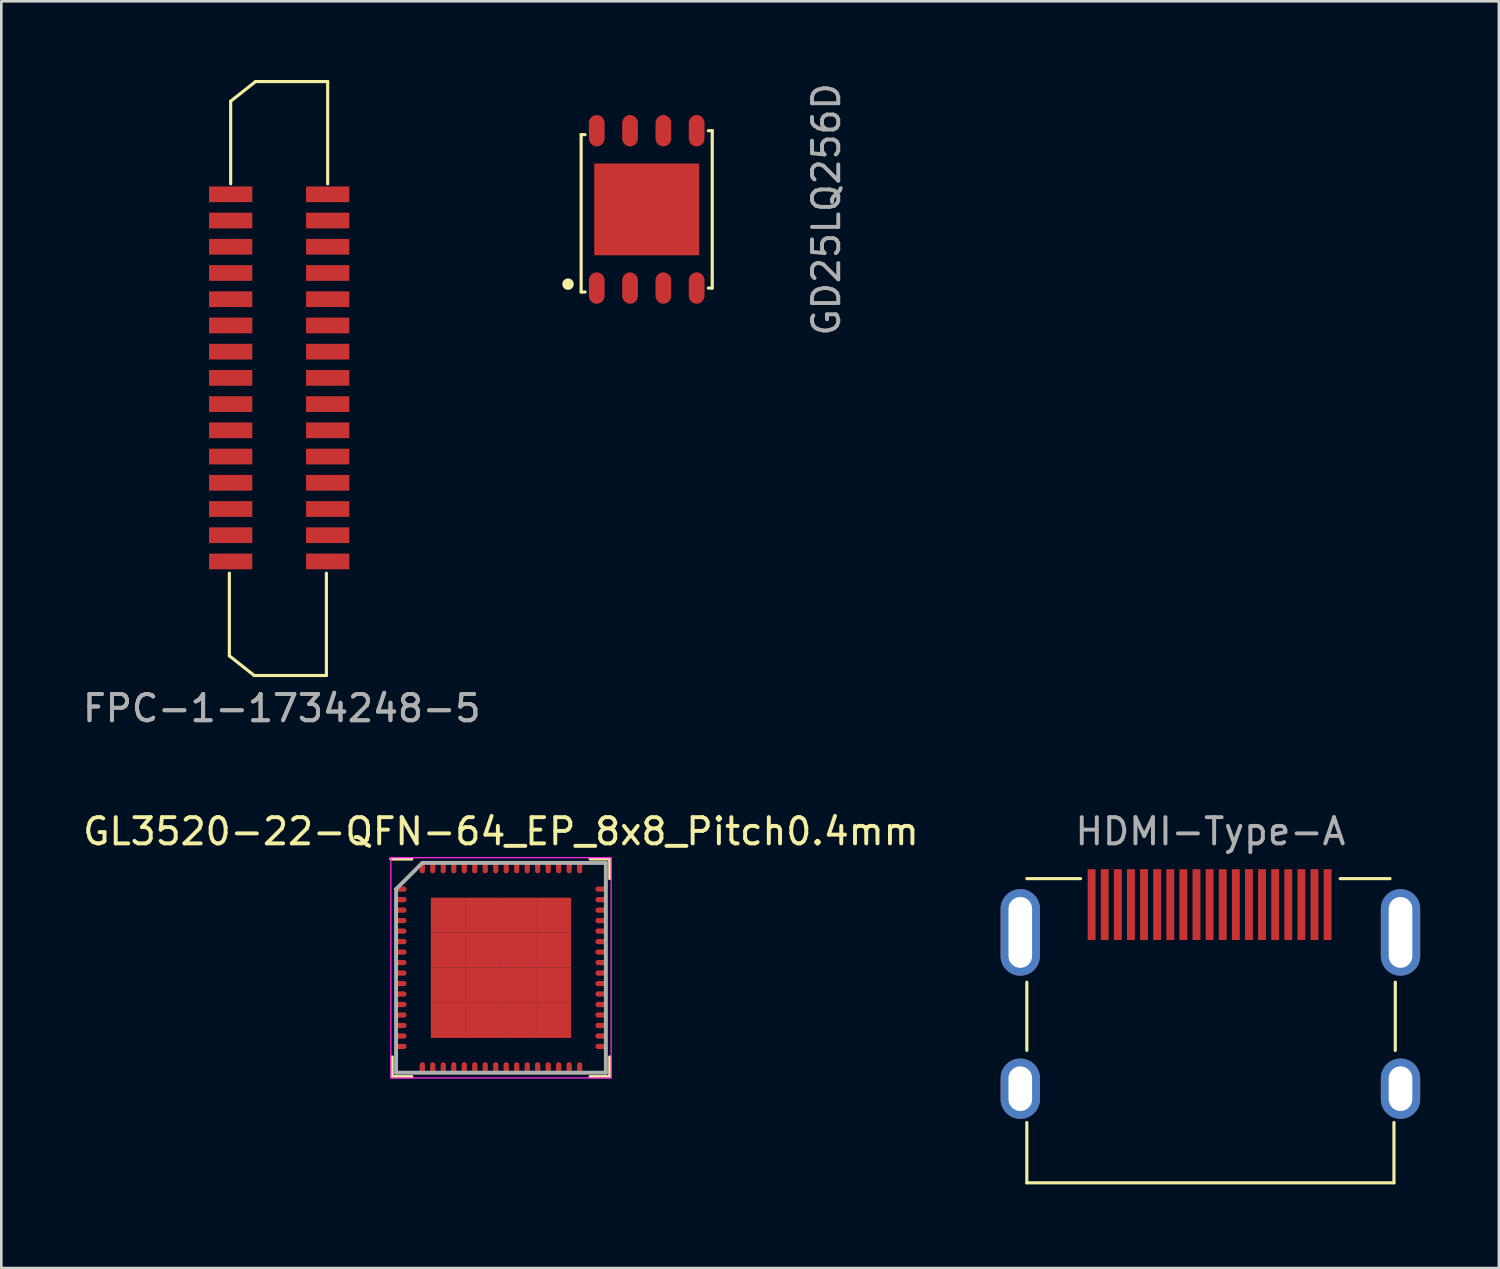
<source format=kicad_pcb>
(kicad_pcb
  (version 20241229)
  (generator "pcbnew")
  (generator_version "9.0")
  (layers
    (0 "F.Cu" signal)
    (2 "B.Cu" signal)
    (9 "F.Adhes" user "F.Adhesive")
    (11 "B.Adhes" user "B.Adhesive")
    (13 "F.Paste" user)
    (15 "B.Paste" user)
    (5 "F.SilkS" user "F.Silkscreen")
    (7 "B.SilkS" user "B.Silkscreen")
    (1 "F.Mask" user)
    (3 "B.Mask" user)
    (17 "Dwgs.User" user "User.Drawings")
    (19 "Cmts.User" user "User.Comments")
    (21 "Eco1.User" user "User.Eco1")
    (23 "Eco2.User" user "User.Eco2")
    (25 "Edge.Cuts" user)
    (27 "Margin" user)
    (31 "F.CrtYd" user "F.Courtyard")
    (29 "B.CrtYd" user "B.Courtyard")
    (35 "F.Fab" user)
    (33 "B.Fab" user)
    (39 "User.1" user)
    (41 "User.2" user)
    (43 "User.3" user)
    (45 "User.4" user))
  (footprint "GL3520-22-QFN-64_EP_8x8_Pitch0.4mm"
    (layer "F.Cu")
    (at 16.054 33.856)
    (property "Reference" "GL3520-22-QFN-64_EP_8x8_Pitch0.4mm" (at 0 -5.2 0) (layer "F.SilkS") (effects (font (size 1 1) (thickness 0.15))))
    (attr through_hole)
    (fp_line (start -4.15 4.15) (end -4.15 3.4) (stroke (width 0.12) (type solid)) (layer "F.SilkS"))
    (fp_line (start -3.4 -4.15) (end -4.2 -4.15) (stroke (width 0.12) (type solid)) (layer "F.SilkS"))
    (fp_line (start -3.4 4.15) (end -4.15 4.15) (stroke (width 0.12) (type solid)) (layer "F.SilkS"))
    (fp_line (start 3.4 -4.15) (end 4.15 -4.15) (stroke (width 0.12) (type solid)) (layer "F.SilkS"))
    (fp_line (start 3.4 4.15) (end 4.15 4.15) (stroke (width 0.12) (type solid)) (layer "F.SilkS"))
    (fp_line (start 4.15 -4.15) (end 4.15 -3.4) (stroke (width 0.12) (type solid)) (layer "F.SilkS"))
    (fp_line (start 4.15 4.15) (end 4.15 3.4) (stroke (width 0.12) (type solid)) (layer "F.SilkS"))
    (fp_line (start -4.2 -4.2) (end 4.2 -4.2) (stroke (width 0.05) (type solid)) (layer "F.CrtYd"))
    (fp_line (start -4.2 4.2) (end -4.2 -4.2) (stroke (width 0.05) (type solid)) (layer "F.CrtYd"))
    (fp_line (start 4.2 -4.2) (end 4.2 4.2) (stroke (width 0.05) (type solid)) (layer "F.CrtYd"))
    (fp_line (start 4.2 4.2) (end -4.2 4.2) (stroke (width 0.05) (type solid)) (layer "F.CrtYd"))
    (fp_line (start -4 -3) (end -4 4) (stroke (width 0.15) (type solid)) (layer "F.Fab"))
    (fp_line (start -4 4) (end 4 4) (stroke (width 0.15) (type solid)) (layer "F.Fab"))
    (fp_line (start -3 -4) (end -4 -3) (stroke (width 0.15) (type solid)) (layer "F.Fab"))
    (fp_line (start 4 -4) (end -3 -4) (stroke (width 0.15) (type solid)) (layer "F.Fab"))
    (fp_line (start 4 4) (end 4 -4) (stroke (width 0.15) (type solid)) (layer "F.Fab"))
    (pad "1" smd oval (at -3.8 -3 90) (size 0.2 0.4) (layers "F.Cu" "F.Mask" "F.Paste"))
    (pad "2" smd oval (at -3.8 -2.6 90) (size 0.2 0.4) (layers "F.Cu" "F.Mask" "F.Paste"))
    (pad "3" smd oval (at -3.8 -2.2 90) (size 0.2 0.4) (layers "F.Cu" "F.Mask" "F.Paste"))
    (pad "4" smd oval (at -3.8 -1.8 90) (size 0.2 0.4) (layers "F.Cu" "F.Mask" "F.Paste"))
    (pad "5" smd oval (at -3.8 -1.4 90) (size 0.2 0.4) (layers "F.Cu" "F.Mask" "F.Paste"))
    (pad "6" smd oval (at -3.8 -1 90) (size 0.2 0.4) (layers "F.Cu" "F.Mask" "F.Paste"))
    (pad "7" smd oval (at -3.8 -0.6 90) (size 0.2 0.4) (layers "F.Cu" "F.Mask" "F.Paste"))
    (pad "8" smd oval (at -3.8 -0.2 90) (size 0.2 0.4) (layers "F.Cu" "F.Mask" "F.Paste"))
    (pad "9" smd oval (at -3.8 0.2 90) (size 0.2 0.4) (layers "F.Cu" "F.Mask" "F.Paste"))
    (pad "10" smd oval (at -3.8 0.6 90) (size 0.2 0.4) (layers "F.Cu" "F.Mask" "F.Paste"))
    (pad "11" smd oval (at -3.8 1 90) (size 0.2 0.4) (layers "F.Cu" "F.Mask" "F.Paste"))
    (pad "12" smd oval (at -3.8 1.4 90) (size 0.2 0.4) (layers "F.Cu" "F.Mask" "F.Paste"))
    (pad "13" smd oval (at -3.8 1.8 90) (size 0.2 0.4) (layers "F.Cu" "F.Mask" "F.Paste"))
    (pad "14" smd oval (at -3.8 2.2 90) (size 0.2 0.4) (layers "F.Cu" "F.Mask" "F.Paste"))
    (pad "15" smd oval (at -3.8 2.6 90) (size 0.2 0.4) (layers "F.Cu" "F.Mask" "F.Paste"))
    (pad "16" smd oval (at -3.8 3 90) (size 0.2 0.4) (layers "F.Cu" "F.Mask" "F.Paste"))
    (pad "17" smd oval (at -3 3.8) (size 0.2 0.4) (layers "F.Cu" "F.Mask" "F.Paste"))
    (pad "18" smd oval (at -2.6 3.8) (size 0.2 0.4) (layers "F.Cu" "F.Mask" "F.Paste"))
    (pad "19" smd oval (at -2.2 3.8) (size 0.2 0.4) (layers "F.Cu" "F.Mask" "F.Paste"))
    (pad "20" smd oval (at -1.8 3.8) (size 0.2 0.4) (layers "F.Cu" "F.Mask" "F.Paste"))
    (pad "21" smd oval (at -1.4 3.8) (size 0.2 0.4) (layers "F.Cu" "F.Mask" "F.Paste"))
    (pad "22" smd oval (at -1 3.8) (size 0.2 0.4) (layers "F.Cu" "F.Mask" "F.Paste"))
    (pad "23" smd oval (at -0.6 3.8) (size 0.2 0.4) (layers "F.Cu" "F.Mask" "F.Paste"))
    (pad "24" smd oval (at -0.2 3.8) (size 0.2 0.4) (layers "F.Cu" "F.Mask" "F.Paste"))
    (pad "25" smd oval (at 0.2 3.8) (size 0.2 0.4) (layers "F.Cu" "F.Mask" "F.Paste"))
    (pad "26" smd oval (at 0.6 3.8) (size 0.2 0.4) (layers "F.Cu" "F.Mask" "F.Paste"))
    (pad "27" smd oval (at 1 3.8) (size 0.2 0.4) (layers "F.Cu" "F.Mask" "F.Paste"))
    (pad "28" smd oval (at 1.4 3.8) (size 0.2 0.4) (layers "F.Cu" "F.Mask" "F.Paste"))
    (pad "29" smd oval (at 1.8 3.8) (size 0.2 0.4) (layers "F.Cu" "F.Mask" "F.Paste"))
    (pad "30" smd oval (at 2.2 3.8) (size 0.2 0.4) (layers "F.Cu" "F.Mask" "F.Paste"))
    (pad "31" smd oval (at 2.6 3.8) (size 0.2 0.4) (layers "F.Cu" "F.Mask" "F.Paste"))
    (pad "32" smd oval (at 3 3.8) (size 0.2 0.4) (layers "F.Cu" "F.Mask" "F.Paste"))
    (pad "33" smd oval (at 3.8 3 90) (size 0.2 0.4) (layers "F.Cu" "F.Mask" "F.Paste"))
    (pad "34" smd oval (at 3.8 2.6 90) (size 0.2 0.4) (layers "F.Cu" "F.Mask" "F.Paste"))
    (pad "35" smd oval (at 3.8 2.2 90) (size 0.2 0.4) (layers "F.Cu" "F.Mask" "F.Paste"))
    (pad "36" smd oval (at 3.8 1.8 90) (size 0.2 0.4) (layers "F.Cu" "F.Mask" "F.Paste"))
    (pad "37" smd oval (at 3.8 1.4 90) (size 0.2 0.4) (layers "F.Cu" "F.Mask" "F.Paste"))
    (pad "38" smd oval (at 3.8 1 90) (size 0.2 0.4) (layers "F.Cu" "F.Mask" "F.Paste"))
    (pad "39" smd oval (at 3.8 0.6 90) (size 0.2 0.4) (layers "F.Cu" "F.Mask" "F.Paste"))
    (pad "40" smd oval (at 3.8 0.2 90) (size 0.2 0.4) (layers "F.Cu" "F.Mask" "F.Paste"))
    (pad "41" smd oval (at 3.8 -0.2 90) (size 0.2 0.4) (layers "F.Cu" "F.Mask" "F.Paste"))
    (pad "42" smd oval (at 3.8 -0.6 90) (size 0.2 0.4) (layers "F.Cu" "F.Mask" "F.Paste"))
    (pad "43" smd oval (at 3.8 -1 90) (size 0.2 0.4) (layers "F.Cu" "F.Mask" "F.Paste"))
    (pad "44" smd oval (at 3.8 -1.4 90) (size 0.2 0.4) (layers "F.Cu" "F.Mask" "F.Paste"))
    (pad "45" smd oval (at 3.8 -1.8 90) (size 0.2 0.4) (layers "F.Cu" "F.Mask" "F.Paste"))
    (pad "46" smd oval (at 3.8 -2.2 90) (size 0.2 0.4) (layers "F.Cu" "F.Mask" "F.Paste"))
    (pad "47" smd oval (at 3.8 -2.6 90) (size 0.2 0.4) (layers "F.Cu" "F.Mask" "F.Paste"))
    (pad "48" smd oval (at 3.8 -3 90) (size 0.2 0.4) (layers "F.Cu" "F.Mask" "F.Paste"))
    (pad "49" smd oval (at 3 -3.8) (size 0.2 0.4) (layers "F.Cu" "F.Mask" "F.Paste"))
    (pad "50" smd oval (at 2.6 -3.8) (size 0.2 0.4) (layers "F.Cu" "F.Mask" "F.Paste"))
    (pad "51" smd oval (at 2.2 -3.8) (size 0.2 0.4) (layers "F.Cu" "F.Mask" "F.Paste"))
    (pad "52" smd oval (at 1.8 -3.8) (size 0.2 0.4) (layers "F.Cu" "F.Mask" "F.Paste"))
    (pad "53" smd oval (at 1.4 -3.8) (size 0.2 0.4) (layers "F.Cu" "F.Mask" "F.Paste"))
    (pad "54" smd oval (at 1 -3.8) (size 0.2 0.4) (layers "F.Cu" "F.Mask" "F.Paste"))
    (pad "55" smd oval (at 0.6 -3.8) (size 0.2 0.4) (layers "F.Cu" "F.Mask" "F.Paste"))
    (pad "56" smd oval (at 0.2 -3.8) (size 0.2 0.4) (layers "F.Cu" "F.Mask" "F.Paste"))
    (pad "57" smd oval (at -0.2 -3.8) (size 0.2 0.4) (layers "F.Cu" "F.Mask" "F.Paste"))
    (pad "58" smd oval (at -0.6 -3.8) (size 0.2 0.4) (layers "F.Cu" "F.Mask" "F.Paste"))
    (pad "59" smd oval (at -1 -3.8) (size 0.2 0.4) (layers "F.Cu" "F.Mask" "F.Paste"))
    (pad "60" smd oval (at -1.4 -3.8) (size 0.2 0.4) (layers "F.Cu" "F.Mask" "F.Paste"))
    (pad "61" smd oval (at -1.8 -3.8) (size 0.2 0.4) (layers "F.Cu" "F.Mask" "F.Paste"))
    (pad "62" smd oval (at -2.2 -3.8) (size 0.2 0.4) (layers "F.Cu" "F.Mask" "F.Paste"))
    (pad "63" smd oval (at -2.6 -3.8) (size 0.2 0.4) (layers "F.Cu" "F.Mask" "F.Paste"))
    (pad "64" smd oval (at -3 -3.8) (size 0.2 0.4) (layers "F.Cu" "F.Mask" "F.Paste"))
    (pad "65" smd rect (at -2.006 -2.006) (size 1.337 1.337) (layers "F.Cu" "F.Mask" "F.Paste"))
    (pad "65" smd rect (at -2.006 -0.669) (size 1.337 1.337) (layers "F.Cu" "F.Mask" "F.Paste"))
    (pad "65" smd rect (at -2.006 0.669) (size 1.337 1.337) (layers "F.Cu" "F.Mask" "F.Paste"))
    (pad "65" smd rect (at -2.006 2.006) (size 1.337 1.337) (layers "F.Cu" "F.Mask" "F.Paste"))
    (pad "65" smd rect (at -0.669 -2.006) (size 1.337 1.337) (layers "F.Cu" "F.Mask" "F.Paste"))
    (pad "65" smd rect (at -0.669 -0.669) (size 1.337 1.337) (layers "F.Cu" "F.Mask" "F.Paste"))
    (pad "65" smd rect (at -0.669 0.669) (size 1.337 1.337) (layers "F.Cu" "F.Mask" "F.Paste"))
    (pad "65" smd rect (at -0.669 2.006) (size 1.337 1.337) (layers "F.Cu" "F.Mask" "F.Paste"))
    (pad "65" smd rect (at 0.669 -2.006) (size 1.337 1.337) (layers "F.Cu" "F.Mask" "F.Paste"))
    (pad "65" smd rect (at 0.669 -0.669) (size 1.337 1.337) (layers "F.Cu" "F.Mask" "F.Paste"))
    (pad "65" smd rect (at 0.669 0.669) (size 1.337 1.337) (layers "F.Cu" "F.Mask" "F.Paste"))
    (pad "65" smd rect (at 0.669 2.006) (size 1.337 1.337) (layers "F.Cu" "F.Mask" "F.Paste"))
    (pad "65" smd rect (at 2.006 -2.006) (size 1.337 1.337) (layers "F.Cu" "F.Mask" "F.Paste"))
    (pad "65" smd rect (at 2.006 -0.669) (size 1.337 1.337) (layers "F.Cu" "F.Mask" "F.Paste"))
    (pad "65" smd rect (at 2.006 0.669) (size 1.337 1.337) (layers "F.Cu" "F.Mask" "F.Paste"))
    (pad "65" smd rect (at 2.006 2.006) (size 1.337 1.337) (layers "F.Cu" "F.Mask" "F.Paste")))
  (footprint "GD25LQ256D"
    (layer "F.Cu")
    (at 21.611 4.935)
    (property "Reference" "GD25LQ256D" (at 3.85 0 90) (unlocked yes) (layer "User.1") (effects (font (size 1 1) (thickness 0.15))))
    (fp_line (start -2.5 -2.85) (end -2.35 -2.85) (stroke (width 0.12) (type solid)) (layer "F.SilkS"))
    (fp_line (start -2.5 3.15) (end -2.5 -2.85) (stroke (width 0.12) (type solid)) (layer "F.SilkS"))
    (fp_line (start -2.5 3.15) (end -2.35 3.15) (stroke (width 0.12) (type solid)) (layer "F.SilkS"))
    (fp_line (start 2.5 -3) (end 2.35 -3) (stroke (width 0.12) (type solid)) (layer "F.SilkS"))
    (fp_line (start 2.5 3) (end 2.35 3) (stroke (width 0.12) (type solid)) (layer "F.SilkS"))
    (fp_line (start 2.5 3) (end 2.5 -3) (stroke (width 0.12) (type solid)) (layer "F.SilkS"))
    (fp_circle (center -3 2.85) (end -2.842 2.85) (stroke (width 0.12) (type solid)) (fill yes) (layer "F.SilkS"))
    (fp_text user "${REFERENCE}" (at 6.85 0 90) (unlocked yes) (layer "F.Fab") (effects (font (size 1 1) (thickness 0.15))))
    (pad "1" smd roundrect (at -1.905 3) (size 0.6 1.2) (layers "F.Cu" "F.Mask" "F.Paste") (roundrect_rratio 0.5))
    (pad "2" smd roundrect (at -0.635 3) (size 0.6 1.2) (layers "F.Cu" "F.Mask" "F.Paste") (roundrect_rratio 0.5))
    (pad "3" smd roundrect (at 0.635 3) (size 0.6 1.2) (layers "F.Cu" "F.Mask" "F.Paste") (roundrect_rratio 0.5))
    (pad "4" smd roundrect (at 1.905 3) (size 0.6 1.2) (layers "F.Cu" "F.Mask" "F.Paste") (roundrect_rratio 0.5))
    (pad "5" smd roundrect (at 1.905 -3) (size 0.6 1.2) (layers "F.Cu" "F.Mask" "F.Paste") (roundrect_rratio 0.5))
    (pad "6" smd roundrect (at 0.635 -3) (size 0.6 1.2) (layers "F.Cu" "F.Mask" "F.Paste") (roundrect_rratio 0.5))
    (pad "7" smd roundrect (at -0.635 -3) (size 0.6 1.2) (layers "F.Cu" "F.Mask" "F.Paste") (roundrect_rratio 0.5))
    (pad "8" smd roundrect (at -1.905 -3) (size 0.6 1.2) (layers "F.Cu" "F.Mask" "F.Paste") (roundrect_rratio 0.5))
    (pad "9" smd rect (at 0 0 90) (size 3.5 4) (layers "F.Cu" "F.Mask" "F.Paste")))
  (footprint "FPC-1-1734248-5"
    (layer "F.Cu")
    (at 7.596 11.36)
    (property "Reference" "FPC-1-1734248-5" (at 0.1 12.6 0) (unlocked yes) (layer "User.1") (effects (font (size 1 1) (thickness 0.15))))
    (fp_line (start -1.9 7.45) (end -1.9 10.6) (stroke (width 0.12) (type solid)) (layer "F.SilkS"))
    (fp_line (start -1.9 10.6) (end -0.95 11.35) (stroke (width 0.12) (type solid)) (layer "F.SilkS"))
    (fp_line (start -1.85 -10.55) (end -0.9 -11.3) (stroke (width 0.12) (type solid)) (layer "F.SilkS"))
    (fp_line (start -1.85 -7.4) (end -1.85 -10.55) (stroke (width 0.12) (type solid)) (layer "F.SilkS"))
    (fp_line (start 1.8 7.45) (end 1.8 11.35) (stroke (width 0.12) (type solid)) (layer "F.SilkS"))
    (fp_line (start 1.8 11.35) (end -0.95 11.35) (stroke (width 0.12) (type solid)) (layer "F.SilkS"))
    (fp_line (start 1.85 -11.3) (end -0.9 -11.3) (stroke (width 0.12) (type solid)) (layer "F.SilkS"))
    (fp_line (start 1.85 -7.4) (end 1.85 -11.3) (stroke (width 0.12) (type solid)) (layer "F.SilkS"))
    (fp_text user "${REFERENCE}" (at 0.1 12.6 0) (unlocked yes) (layer "F.Fab") (effects (font (size 1 1) (thickness 0.15))))
    (fp_text user "${REFERENCE}" (at 0.1 12.6 0) (unlocked yes) (layer "F.Fab") (effects (font (size 1 1) (thickness 0.15))))
    (pad "1" smd rect (at 1.85 7) (size 1.65 0.6) (layers "F.Cu" "F.Mask" "F.Paste"))
    (pad "2" smd rect (at 1.85 6) (size 1.65 0.6) (layers "F.Cu" "F.Mask" "F.Paste"))
    (pad "3" smd rect (at 1.85 5) (size 1.65 0.6) (layers "F.Cu" "F.Mask" "F.Paste"))
    (pad "4" smd rect (at 1.85 4) (size 1.65 0.6) (layers "F.Cu" "F.Mask" "F.Paste"))
    (pad "5" smd rect (at 1.85 3) (size 1.65 0.6) (layers "F.Cu" "F.Mask" "F.Paste"))
    (pad "6" smd rect (at 1.85 2) (size 1.65 0.6) (layers "F.Cu" "F.Mask" "F.Paste"))
    (pad "7" smd rect (at 1.85 1) (size 1.65 0.6) (layers "F.Cu" "F.Mask" "F.Paste"))
    (pad "8" smd rect (at 1.85 0) (size 1.65 0.6) (layers "F.Cu" "F.Mask" "F.Paste"))
    (pad "9" smd rect (at 1.85 -1) (size 1.65 0.6) (layers "F.Cu" "F.Mask" "F.Paste"))
    (pad "10" smd rect (at 1.85 -2) (size 1.65 0.6) (layers "F.Cu" "F.Mask" "F.Paste"))
    (pad "11" smd rect (at 1.85 -3) (size 1.65 0.6) (layers "F.Cu" "F.Mask" "F.Paste"))
    (pad "12" smd rect (at 1.85 -4) (size 1.65 0.6) (layers "F.Cu" "F.Mask" "F.Paste"))
    (pad "13" smd rect (at 1.85 -5) (size 1.65 0.6) (layers "F.Cu" "F.Mask" "F.Paste"))
    (pad "14" smd rect (at 1.85 -6) (size 1.65 0.6) (layers "F.Cu" "F.Mask" "F.Paste"))
    (pad "15" smd rect (at 1.85 -7) (size 1.65 0.6) (layers "F.Cu" "F.Mask" "F.Paste"))
    (pad "16" smd rect (at -1.85 -7) (size 1.65 0.6) (layers "F.Cu" "F.Mask" "F.Paste"))
    (pad "17" smd rect (at -1.85 -6) (size 1.65 0.6) (layers "F.Cu" "F.Mask" "F.Paste"))
    (pad "18" smd rect (at -1.85 -5) (size 1.65 0.6) (layers "F.Cu" "F.Mask" "F.Paste"))
    (pad "19" smd rect (at -1.85 -4) (size 1.65 0.6) (layers "F.Cu" "F.Mask" "F.Paste"))
    (pad "20" smd rect (at -1.85 -3) (size 1.65 0.6) (layers "F.Cu" "F.Mask" "F.Paste"))
    (pad "21" smd rect (at -1.85 -2) (size 1.65 0.6) (layers "F.Cu" "F.Mask" "F.Paste"))
    (pad "22" smd rect (at -1.85 -1) (size 1.65 0.6) (layers "F.Cu" "F.Mask" "F.Paste"))
    (pad "23" smd rect (at -1.85 0) (size 1.65 0.6) (layers "F.Cu" "F.Mask" "F.Paste"))
    (pad "24" smd rect (at -1.85 1) (size 1.65 0.6) (layers "F.Cu" "F.Mask" "F.Paste"))
    (pad "25" smd rect (at -1.85 2) (size 1.65 0.6) (layers "F.Cu" "F.Mask" "F.Paste"))
    (pad "26" smd rect (at -1.85 3) (size 1.65 0.6) (layers "F.Cu" "F.Mask" "F.Paste"))
    (pad "27" smd rect (at -1.85 4) (size 1.65 0.6) (layers "F.Cu" "F.Mask" "F.Paste"))
    (pad "28" smd rect (at -1.85 5) (size 1.65 0.6) (layers "F.Cu" "F.Mask" "F.Paste"))
    (pad "29" smd rect (at -1.85 6) (size 1.65 0.6) (layers "F.Cu" "F.Mask" "F.Paste"))
    (pad "30" smd rect (at -1.85 7) (size 1.65 0.6) (layers "F.Cu" "F.Mask" "F.Paste")))
  (footprint "HDMI-Type-A"
    (layer "F.Cu")
    (at 43.107 42.056)
    (property "Reference" "HDMI-Type-A" (at 0 -13.4 0) (unlocked yes) (layer "User.1") (effects (font (size 1 1) (thickness 0.15))))
    (fp_line (start -7 -5.05) (end -7 -7.65) (stroke (width 0.12) (type solid)) (layer "F.SilkS"))
    (fp_line (start -7 0) (end -7 -2.3) (stroke (width 0.12) (type solid)) (layer "F.SilkS"))
    (fp_line (start -7 0) (end 7 0) (stroke (width 0.12) (type solid)) (layer "F.SilkS"))
    (fp_line (start -4.95 -11.6) (end -7 -11.6) (stroke (width 0.12) (type solid)) (layer "F.SilkS"))
    (fp_line (start 6.85 -11.6) (end 4.95 -11.6) (stroke (width 0.12) (type solid)) (layer "F.SilkS"))
    (fp_line (start 7 0) (end 7 -2.3) (stroke (width 0.12) (type solid)) (layer "F.SilkS"))
    (fp_line (start 7.05 -5.05) (end 7.05 -7.65) (stroke (width 0.12) (type solid)) (layer "F.SilkS"))
    (fp_text user "${REFERENCE}" (at 0 -13.4 0) (unlocked yes) (layer "F.Fab") (effects (font (size 1 1) (thickness 0.15))))
    (pad "1" smd rect (at 4.47 -10.61) (size 0.3 2.7) (layers "F.Cu" "F.Mask" "F.Paste"))
    (pad "2" smd rect (at 3.97 -10.61) (size 0.3 2.7) (layers "F.Cu" "F.Mask" "F.Paste"))
    (pad "3" smd rect (at 3.47 -10.61) (size 0.3 2.7) (layers "F.Cu" "F.Mask" "F.Paste"))
    (pad "4" smd rect (at 2.97 -10.61) (size 0.3 2.7) (layers "F.Cu" "F.Mask" "F.Paste"))
    (pad "5" smd rect (at 2.47 -10.61) (size 0.3 2.7) (layers "F.Cu" "F.Mask" "F.Paste"))
    (pad "6" smd rect (at 1.97 -10.61) (size 0.3 2.7) (layers "F.Cu" "F.Mask" "F.Paste"))
    (pad "7" smd rect (at 1.47 -10.61) (size 0.3 2.7) (layers "F.Cu" "F.Mask" "F.Paste"))
    (pad "8" smd rect (at 0.97 -10.61) (size 0.3 2.7) (layers "F.Cu" "F.Mask" "F.Paste"))
    (pad "9" smd rect (at 0.47 -10.61) (size 0.3 2.7) (layers "F.Cu" "F.Mask" "F.Paste"))
    (pad "10" smd rect (at -0.03 -10.61) (size 0.3 2.7) (layers "F.Cu" "F.Mask" "F.Paste"))
    (pad "11" smd rect (at -0.53 -10.61) (size 0.3 2.7) (layers "F.Cu" "F.Mask" "F.Paste"))
    (pad "12" smd rect (at -1.03 -10.61) (size 0.3 2.7) (layers "F.Cu" "F.Mask" "F.Paste"))
    (pad "13" smd rect (at -1.53 -10.61) (size 0.3 2.7) (layers "F.Cu" "F.Mask" "F.Paste"))
    (pad "14" smd rect (at -2.03 -10.61) (size 0.3 2.7) (layers "F.Cu" "F.Mask" "F.Paste"))
    (pad "15" smd rect (at -2.53 -10.61) (size 0.3 2.7) (layers "F.Cu" "F.Mask" "F.Paste"))
    (pad "16" smd rect (at -3.03 -10.61) (size 0.3 2.7) (layers "F.Cu" "F.Mask" "F.Paste"))
    (pad "17" smd rect (at -3.53 -10.61) (size 0.3 2.7) (layers "F.Cu" "F.Mask" "F.Paste"))
    (pad "18" smd rect (at -4.03 -10.61) (size 0.3 2.7) (layers "F.Cu" "F.Mask" "F.Paste"))
    (pad "19" smd rect (at -4.53 -10.61) (size 0.3 2.7) (layers "F.Cu" "F.Mask" "F.Paste"))
    (pad "20" thru_hole oval (at 7.25 -9.55) (size 1.5 3.3) (drill oval 0.9 2.7) (layers "*.Cu" "*.Mask"))
    (pad "21" thru_hole oval (at -7.25 -9.55) (size 1.5 3.3) (drill oval 0.9 2.7) (layers "*.Cu" "*.Mask"))
    (pad "22" thru_hole oval (at -7.25 -3.59) (size 1.5 2.3) (drill oval 0.9 1.7) (layers "*.Cu" "*.Mask"))
    (pad "23" thru_hole oval (at 7.25 -3.59) (size 1.5 2.3) (drill oval 0.9 1.7) (layers "*.Cu" "*.Mask")))
  (gr_rect
    (start -3 -3)
    (end 54.107 45.306)
    (stroke (width 0.1) (type default))
    (fill no)
    (layer "Edge.Cuts")))
</source>
